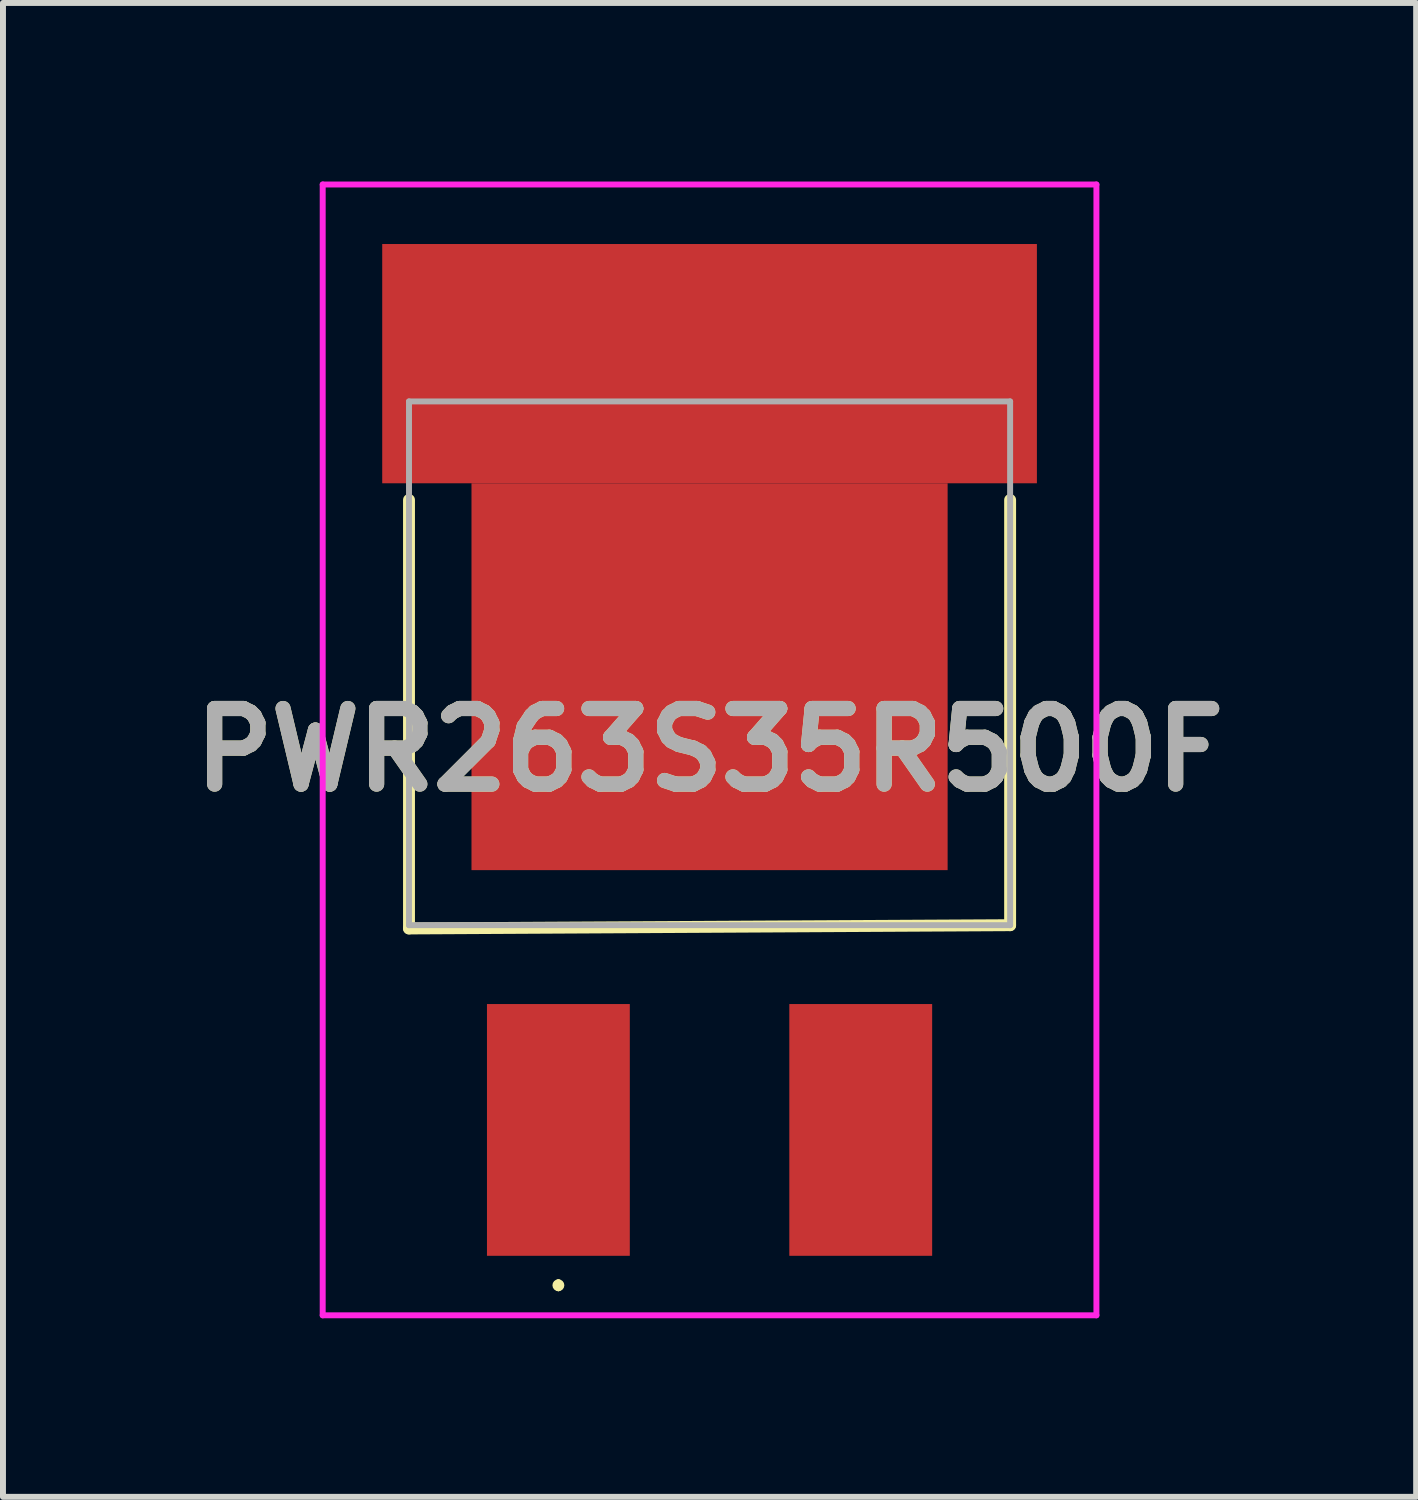
<source format=kicad_pcb>
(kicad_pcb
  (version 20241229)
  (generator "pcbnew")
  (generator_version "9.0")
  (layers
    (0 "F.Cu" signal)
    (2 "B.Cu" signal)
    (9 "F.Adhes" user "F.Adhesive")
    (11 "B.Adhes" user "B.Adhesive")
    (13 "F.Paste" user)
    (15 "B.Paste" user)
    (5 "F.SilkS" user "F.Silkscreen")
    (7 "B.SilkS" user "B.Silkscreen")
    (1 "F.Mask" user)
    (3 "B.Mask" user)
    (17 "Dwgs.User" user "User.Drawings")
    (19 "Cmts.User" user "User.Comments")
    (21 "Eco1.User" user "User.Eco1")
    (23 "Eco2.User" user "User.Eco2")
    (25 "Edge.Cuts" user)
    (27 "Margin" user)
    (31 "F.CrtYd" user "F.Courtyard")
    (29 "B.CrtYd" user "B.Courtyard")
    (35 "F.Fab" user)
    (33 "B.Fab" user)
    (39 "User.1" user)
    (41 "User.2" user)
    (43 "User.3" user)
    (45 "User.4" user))
  (footprint "PWR263S35R500F"
    (layer "F.Cu")
    (at 8.872 8.095)
    (property "Reference" "PWR263S35R500F" (at 0 1.455 0) (layer "F.SilkS") (effects (font (size 1.27 1.27) (thickness 0.254))))
    (attr smd)
    (fp_line (start -5.05 -2.745) (end -5.05 4.455) (stroke (width 0.2) (type solid)) (layer "F.SilkS"))
    (fp_line (start -5.05 4.455) (end 5.05 4.4) (stroke (width 0.2) (type solid)) (layer "F.SilkS"))
    (fp_line (start -2.54 10.4) (end -2.54 10.4) (stroke (width 0.1) (type solid)) (layer "F.SilkS"))
    (fp_line (start -2.54 10.5) (end -2.54 10.5) (stroke (width 0.1) (type solid)) (layer "F.SilkS"))
    (fp_line (start 5.05 4.4) (end 5.05 -2.745) (stroke (width 0.2) (type solid)) (layer "F.SilkS"))
    (fp_arc (start -2.54 10.4) (mid -2.49 10.45) (end -2.54 10.5) (stroke (width 0.1) (type solid)) (layer "F.SilkS"))
    (fp_arc (start -2.54 10.5) (mid -2.59 10.45) (end -2.54 10.4) (stroke (width 0.1) (type solid)) (layer "F.SilkS"))
    (fp_line (start -6.5 -8.045) (end 6.5 -8.045) (stroke (width 0.1) (type solid)) (layer "F.CrtYd"))
    (fp_line (start -6.5 10.955) (end -6.5 -8.045) (stroke (width 0.1) (type solid)) (layer "F.CrtYd"))
    (fp_line (start 6.5 -8.045) (end 6.5 10.955) (stroke (width 0.1) (type solid)) (layer "F.CrtYd"))
    (fp_line (start 6.5 10.955) (end -6.5 10.955) (stroke (width 0.1) (type solid)) (layer "F.CrtYd"))
    (fp_line (start -5.05 -4.4) (end -5.05 4.4) (stroke (width 0.1) (type solid)) (layer "F.Fab"))
    (fp_line (start -5.05 4.4) (end 5.05 4.4) (stroke (width 0.1) (type solid)) (layer "F.Fab"))
    (fp_line (start 5.05 -4.4) (end -5.05 -4.4) (stroke (width 0.1) (type solid)) (layer "F.Fab"))
    (fp_line (start 5.05 4.4) (end 5.05 -4.4) (stroke (width 0.1) (type solid)) (layer "F.Fab"))
    (fp_text user "${REFERENCE}" (at 0 1.455 0) (layer "F.Fab") (effects (font (size 1.27 1.27) (thickness 0.254))))
    (pad "1" smd rect (at -2.54 7.84) (size 2.4 4.23) (layers "F.Cu" "F.Mask" "F.Paste"))
    (pad "2" smd rect (at 0 -5.035 90) (size 4.02 11) (layers "F.Cu" "F.Mask" "F.Paste"))
    (pad "3" smd rect (at 2.54 7.84) (size 2.4 4.23) (layers "F.Cu" "F.Mask" "F.Paste"))
    (pad "4" smd rect (at 0 0.225 90) (size 6.5 8) (layers "F.Cu" "F.Mask" "F.Paste")))
  (gr_rect
    (start -3 -3)
    (end 20.744 22.1)
    (stroke (width 0.1) (type default))
    (fill no)
    (layer "Edge.Cuts")))
</source>
